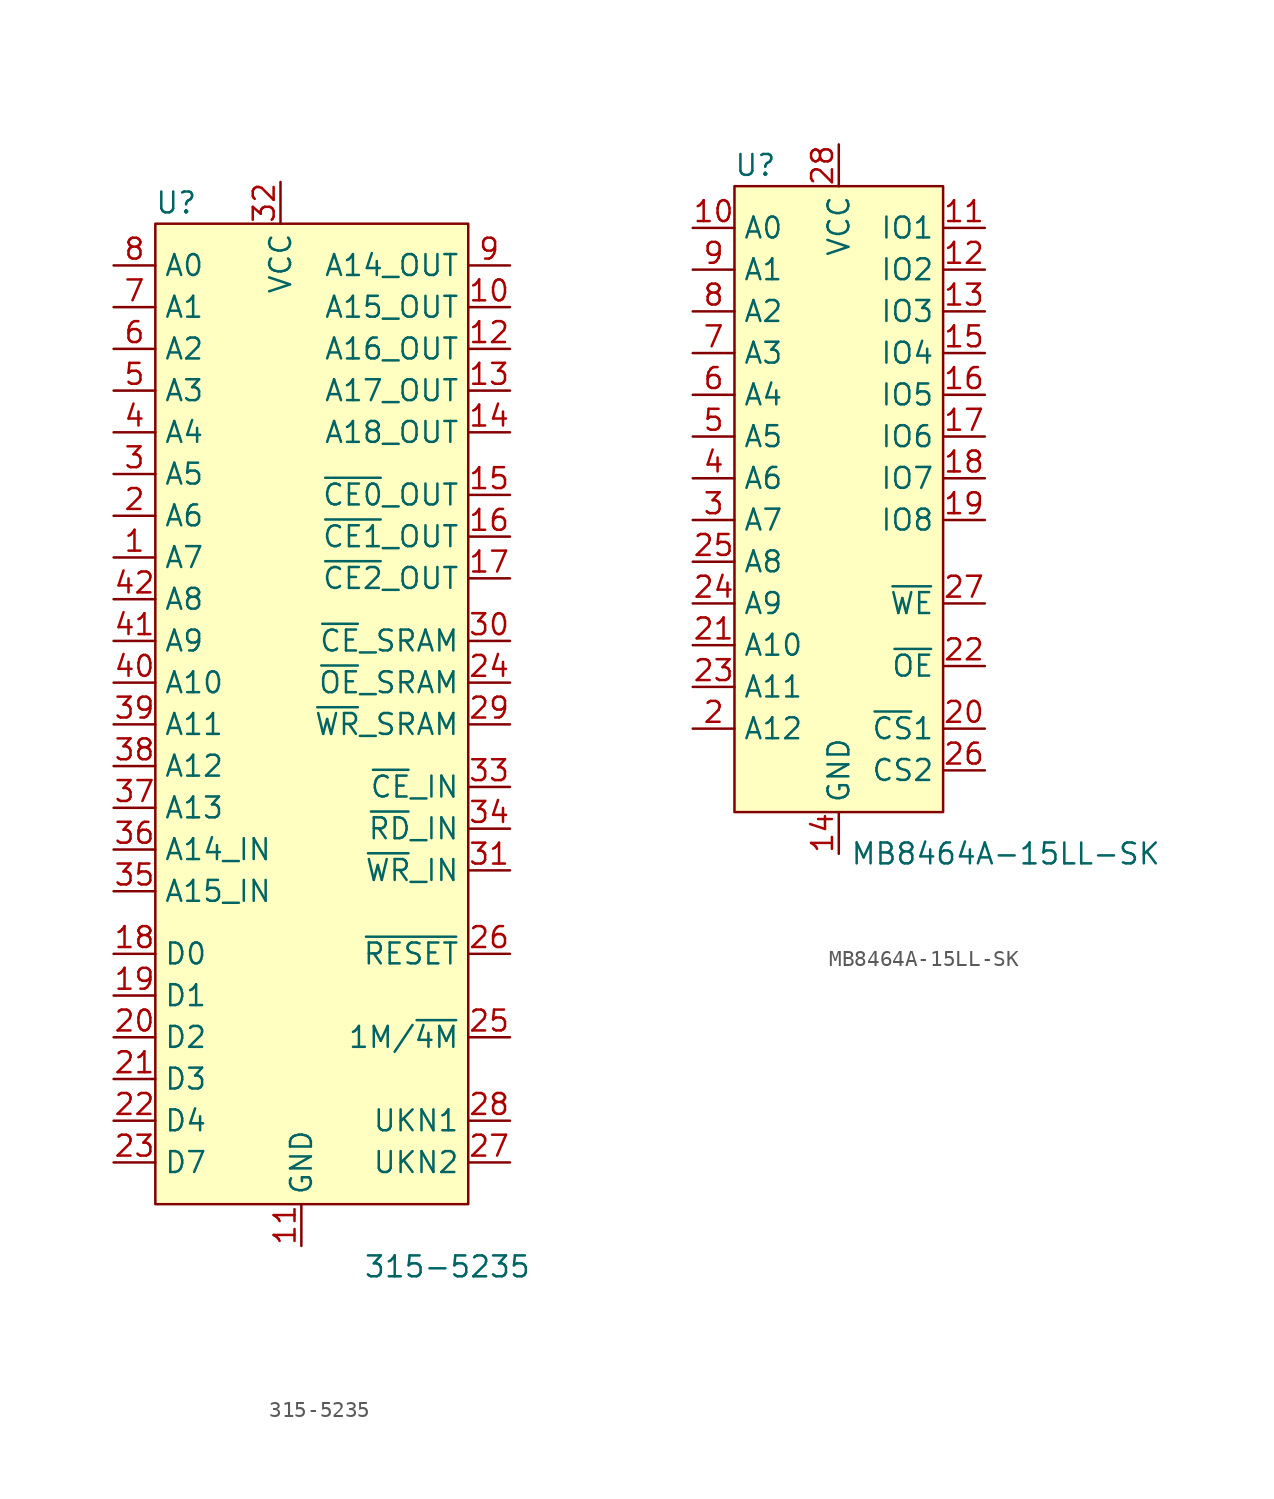
<source format=kicad_sym>
(kicad_symbol_lib
  (version 20231120)
  (generator "kicad_symbol_editor")
  (generator_version "8.0")
  (symbol "315-5235"
    (property "Reference" "U"
      (at -7.62 31.75 0)
      (effects (font (size 1.27 1.27))))
    (property "Value" "315-5235"
      (at 8.89 -33.02 0)
      (effects (font (size 1.27 1.27))))
    (symbol "315-5235_0_1"
      (rectangle (start -8.89 30.48) (end 10.16 -29.21) (stroke (width 0) (type default)) (fill (type background))))
    (symbol "315-5235_1_1"
      (pin input line (at -11.43 10.16 0) (length 2.54) (name "A7" (effects (font (size 1.27 1.27)))) (number "1" (effects (font (size 1.27 1.27)))))
      (pin output line (at 12.7 25.4 180) (length 2.54) (name "A15_OUT" (effects (font (size 1.27 1.27)))) (number "10" (effects (font (size 1.27 1.27)))))
      (pin power_in line (at 0 -31.75 90) (length 2.54) (name "GND" (effects (font (size 1.27 1.27)))) (number "11" (effects (font (size 1.27 1.27)))))
      (pin output line (at 12.7 22.86 180) (length 2.54) (name "A16_OUT" (effects (font (size 1.27 1.27)))) (number "12" (effects (font (size 1.27 1.27)))))
      (pin output line (at 12.7 20.32 180) (length 2.54) (name "A17_OUT" (effects (font (size 1.27 1.27)))) (number "13" (effects (font (size 1.27 1.27)))))
      (pin output line (at 12.7 17.78 180) (length 2.54) (name "A18_OUT" (effects (font (size 1.27 1.27)))) (number "14" (effects (font (size 1.27 1.27)))))
      (pin output line (at 12.7 13.97 180) (length 2.54) (name "~{CE0}_OUT" (effects (font (size 1.27 1.27)))) (number "15" (effects (font (size 1.27 1.27)))))
      (pin output line (at 12.7 11.43 180) (length 2.54) (name "~{CE1}_OUT" (effects (font (size 1.27 1.27)))) (number "16" (effects (font (size 1.27 1.27)))))
      (pin output line (at 12.7 8.89 180) (length 2.54) (name "~{CE2}_OUT" (effects (font (size 1.27 1.27)))) (number "17" (effects (font (size 1.27 1.27)))))
      (pin input line (at -11.43 -13.97 0) (length 2.54) (name "D0" (effects (font (size 1.27 1.27)))) (number "18" (effects (font (size 1.27 1.27)))))
      (pin input line (at -11.43 -16.51 0) (length 2.54) (name "D1" (effects (font (size 1.27 1.27)))) (number "19" (effects (font (size 1.27 1.27)))))
      (pin input line (at -11.43 12.7 0) (length 2.54) (name "A6" (effects (font (size 1.27 1.27)))) (number "2" (effects (font (size 1.27 1.27)))))
      (pin input line (at -11.43 -19.05 0) (length 2.54) (name "D2" (effects (font (size 1.27 1.27)))) (number "20" (effects (font (size 1.27 1.27)))))
      (pin input line (at -11.43 -21.59 0) (length 2.54) (name "D3" (effects (font (size 1.27 1.27)))) (number "21" (effects (font (size 1.27 1.27)))))
      (pin input line (at -11.43 -24.13 0) (length 2.54) (name "D4" (effects (font (size 1.27 1.27)))) (number "22" (effects (font (size 1.27 1.27)))))
      (pin input line (at -11.43 -26.67 0) (length 2.54) (name "D7" (effects (font (size 1.27 1.27)))) (number "23" (effects (font (size 1.27 1.27)))))
      (pin output line (at 12.7 2.54 180) (length 2.54) (name "~{OE}_SRAM" (effects (font (size 1.27 1.27)))) (number "24" (effects (font (size 1.27 1.27)))))
      (pin input line (at 12.7 -19.05 180) (length 2.54) (name "1M/~{4M}" (effects (font (size 1.27 1.27)))) (number "25" (effects (font (size 1.27 1.27)))))
      (pin input line (at 12.7 -13.97 180) (length 2.54) (name "~{RESET}" (effects (font (size 1.27 1.27)))) (number "26" (effects (font (size 1.27 1.27)))))
      (pin passive line (at 12.7 -26.67 180) (length 2.54) (name "UKN2" (effects (font (size 1.27 1.27)))) (number "27" (effects (font (size 1.27 1.27)))))
      (pin passive line (at 12.7 -24.13 180) (length 2.54) (name "UKN1" (effects (font (size 1.27 1.27)))) (number "28" (effects (font (size 1.27 1.27)))))
      (pin output line (at 12.7 0 180) (length 2.54) (name "~{WR}_SRAM" (effects (font (size 1.27 1.27)))) (number "29" (effects (font (size 1.27 1.27)))))
      (pin input line (at -11.43 15.24 0) (length 2.54) (name "A5" (effects (font (size 1.27 1.27)))) (number "3" (effects (font (size 1.27 1.27)))))
      (pin output line (at 12.7 5.08 180) (length 2.54) (name "~{CE}_SRAM" (effects (font (size 1.27 1.27)))) (number "30" (effects (font (size 1.27 1.27)))))
      (pin input line (at 12.7 -8.89 180) (length 2.54) (name "~{WR}_IN" (effects (font (size 1.27 1.27)))) (number "31" (effects (font (size 1.27 1.27)))))
      (pin power_in line (at -1.27 33.02 270) (length 2.54) (name "VCC" (effects (font (size 1.27 1.27)))) (number "32" (effects (font (size 1.27 1.27)))))
      (pin input line (at 12.7 -3.81 180) (length 2.54) (name "~{CE}_IN" (effects (font (size 1.27 1.27)))) (number "33" (effects (font (size 1.27 1.27)))))
      (pin input line (at 12.7 -6.35 180) (length 2.54) (name "~{RD}_IN" (effects (font (size 1.27 1.27)))) (number "34" (effects (font (size 1.27 1.27)))))
      (pin input line (at -11.43 -10.16 0) (length 2.54) (name "A15_IN" (effects (font (size 1.27 1.27)))) (number "35" (effects (font (size 1.27 1.27)))))
      (pin input line (at -11.43 -7.62 0) (length 2.54) (name "A14_IN" (effects (font (size 1.27 1.27)))) (number "36" (effects (font (size 1.27 1.27)))))
      (pin input line (at -11.43 -5.08 0) (length 2.54) (name "A13" (effects (font (size 1.27 1.27)))) (number "37" (effects (font (size 1.27 1.27)))))
      (pin input line (at -11.43 -2.54 0) (length 2.54) (name "A12" (effects (font (size 1.27 1.27)))) (number "38" (effects (font (size 1.27 1.27)))))
      (pin input line (at -11.43 0 0) (length 2.54) (name "A11" (effects (font (size 1.27 1.27)))) (number "39" (effects (font (size 1.27 1.27)))))
      (pin input line (at -11.43 17.78 0) (length 2.54) (name "A4" (effects (font (size 1.27 1.27)))) (number "4" (effects (font (size 1.27 1.27)))))
      (pin input line (at -11.43 2.54 0) (length 2.54) (name "A10" (effects (font (size 1.27 1.27)))) (number "40" (effects (font (size 1.27 1.27)))))
      (pin input line (at -11.43 5.08 0) (length 2.54) (name "A9" (effects (font (size 1.27 1.27)))) (number "41" (effects (font (size 1.27 1.27)))))
      (pin input line (at -11.43 7.62 0) (length 2.54) (name "A8" (effects (font (size 1.27 1.27)))) (number "42" (effects (font (size 1.27 1.27)))))
      (pin input line (at -11.43 20.32 0) (length 2.54) (name "A3" (effects (font (size 1.27 1.27)))) (number "5" (effects (font (size 1.27 1.27)))))
      (pin input line (at -11.43 22.86 0) (length 2.54) (name "A2" (effects (font (size 1.27 1.27)))) (number "6" (effects (font (size 1.27 1.27)))))
      (pin input line (at -11.43 25.4 0) (length 2.54) (name "A1" (effects (font (size 1.27 1.27)))) (number "7" (effects (font (size 1.27 1.27)))))
      (pin input line (at -11.43 27.94 0) (length 2.54) (name "A0" (effects (font (size 1.27 1.27)))) (number "8" (effects (font (size 1.27 1.27)))))
      (pin output line (at 12.7 27.94 180) (length 2.54) (name "A14_OUT" (effects (font (size 1.27 1.27)))) (number "9" (effects (font (size 1.27 1.27)))))))
  (symbol "MB8464A-15LL-SK"
    (property "Reference" "U"
      (at -5.08 20.32 0)
      (effects (font (size 1.27 1.27))))
    (property "Value" "MB8464A-15LL-SK"
      (at 10.16 -21.59 0)
      (effects (font (size 1.27 1.27))))
    (symbol "MB8464A-15LL-SK_0_1"
      (rectangle (start -6.35 19.05) (end 6.35 -19.05) (stroke (width 0) (type default)) (fill (type background))))
    (symbol "MB8464A-15LL-SK_1_1"
      (pin no_connect line (at -8.89 -16.51 0) (length 2.54) hide (name "NC" (effects (font (size 1.27 1.27)))) (number "1" (effects (font (size 1.27 1.27)))))
      (pin input line (at -8.89 16.51 0) (length 2.54) (name "A0" (effects (font (size 1.27 1.27)))) (number "10" (effects (font (size 1.27 1.27)))))
      (pin bidirectional line (at 8.89 16.51 180) (length 2.54) (name "IO1" (effects (font (size 1.27 1.27)))) (number "11" (effects (font (size 1.27 1.27)))))
      (pin bidirectional line (at 8.89 13.97 180) (length 2.54) (name "IO2" (effects (font (size 1.27 1.27)))) (number "12" (effects (font (size 1.27 1.27)))))
      (pin bidirectional line (at 8.89 11.43 180) (length 2.54) (name "IO3" (effects (font (size 1.27 1.27)))) (number "13" (effects (font (size 1.27 1.27)))))
      (pin power_in line (at 0 -21.59 90) (length 2.54) (name "GND" (effects (font (size 1.27 1.27)))) (number "14" (effects (font (size 1.27 1.27)))))
      (pin bidirectional line (at 8.89 8.89 180) (length 2.54) (name "IO4" (effects (font (size 1.27 1.27)))) (number "15" (effects (font (size 1.27 1.27)))))
      (pin bidirectional line (at 8.89 6.35 180) (length 2.54) (name "IO5" (effects (font (size 1.27 1.27)))) (number "16" (effects (font (size 1.27 1.27)))))
      (pin bidirectional line (at 8.89 3.81 180) (length 2.54) (name "IO6" (effects (font (size 1.27 1.27)))) (number "17" (effects (font (size 1.27 1.27)))))
      (pin bidirectional line (at 8.89 1.27 180) (length 2.54) (name "IO7" (effects (font (size 1.27 1.27)))) (number "18" (effects (font (size 1.27 1.27)))))
      (pin bidirectional line (at 8.89 -1.27 180) (length 2.54) (name "IO8" (effects (font (size 1.27 1.27)))) (number "19" (effects (font (size 1.27 1.27)))))
      (pin input line (at -8.89 -13.97 0) (length 2.54) (name "A12" (effects (font (size 1.27 1.27)))) (number "2" (effects (font (size 1.27 1.27)))))
      (pin input line (at 8.89 -13.97 180) (length 2.54) (name "~{CS}1" (effects (font (size 1.27 1.27)))) (number "20" (effects (font (size 1.27 1.27)))))
      (pin input line (at -8.89 -8.89 0) (length 2.54) (name "A10" (effects (font (size 1.27 1.27)))) (number "21" (effects (font (size 1.27 1.27)))))
      (pin input line (at 8.89 -10.16 180) (length 2.54) (name "~{OE}" (effects (font (size 1.27 1.27)))) (number "22" (effects (font (size 1.27 1.27)))))
      (pin input line (at -8.89 -11.43 0) (length 2.54) (name "A11" (effects (font (size 1.27 1.27)))) (number "23" (effects (font (size 1.27 1.27)))))
      (pin input line (at -8.89 -6.35 0) (length 2.54) (name "A9" (effects (font (size 1.27 1.27)))) (number "24" (effects (font (size 1.27 1.27)))))
      (pin input line (at -8.89 -3.81 0) (length 2.54) (name "A8" (effects (font (size 1.27 1.27)))) (number "25" (effects (font (size 1.27 1.27)))))
      (pin input line (at 8.89 -16.51 180) (length 2.54) (name "CS2" (effects (font (size 1.27 1.27)))) (number "26" (effects (font (size 1.27 1.27)))))
      (pin input line (at 8.89 -6.35 180) (length 2.54) (name "~{WE}" (effects (font (size 1.27 1.27)))) (number "27" (effects (font (size 1.27 1.27)))))
      (pin power_in line (at 0 21.59 270) (length 2.54) (name "VCC" (effects (font (size 1.27 1.27)))) (number "28" (effects (font (size 1.27 1.27)))))
      (pin input line (at -8.89 -1.27 0) (length 2.54) (name "A7" (effects (font (size 1.27 1.27)))) (number "3" (effects (font (size 1.27 1.27)))))
      (pin input line (at -8.89 1.27 0) (length 2.54) (name "A6" (effects (font (size 1.27 1.27)))) (number "4" (effects (font (size 1.27 1.27)))))
      (pin input line (at -8.89 3.81 0) (length 2.54) (name "A5" (effects (font (size 1.27 1.27)))) (number "5" (effects (font (size 1.27 1.27)))))
      (pin input line (at -8.89 6.35 0) (length 2.54) (name "A4" (effects (font (size 1.27 1.27)))) (number "6" (effects (font (size 1.27 1.27)))))
      (pin input line (at -8.89 8.89 0) (length 2.54) (name "A3" (effects (font (size 1.27 1.27)))) (number "7" (effects (font (size 1.27 1.27)))))
      (pin input line (at -8.89 11.43 0) (length 2.54) (name "A2" (effects (font (size 1.27 1.27)))) (number "8" (effects (font (size 1.27 1.27)))))
      (pin input line (at -8.89 13.97 0) (length 2.54) (name "A1" (effects (font (size 1.27 1.27)))) (number "9" (effects (font (size 1.27 1.27))))))))
</source>
